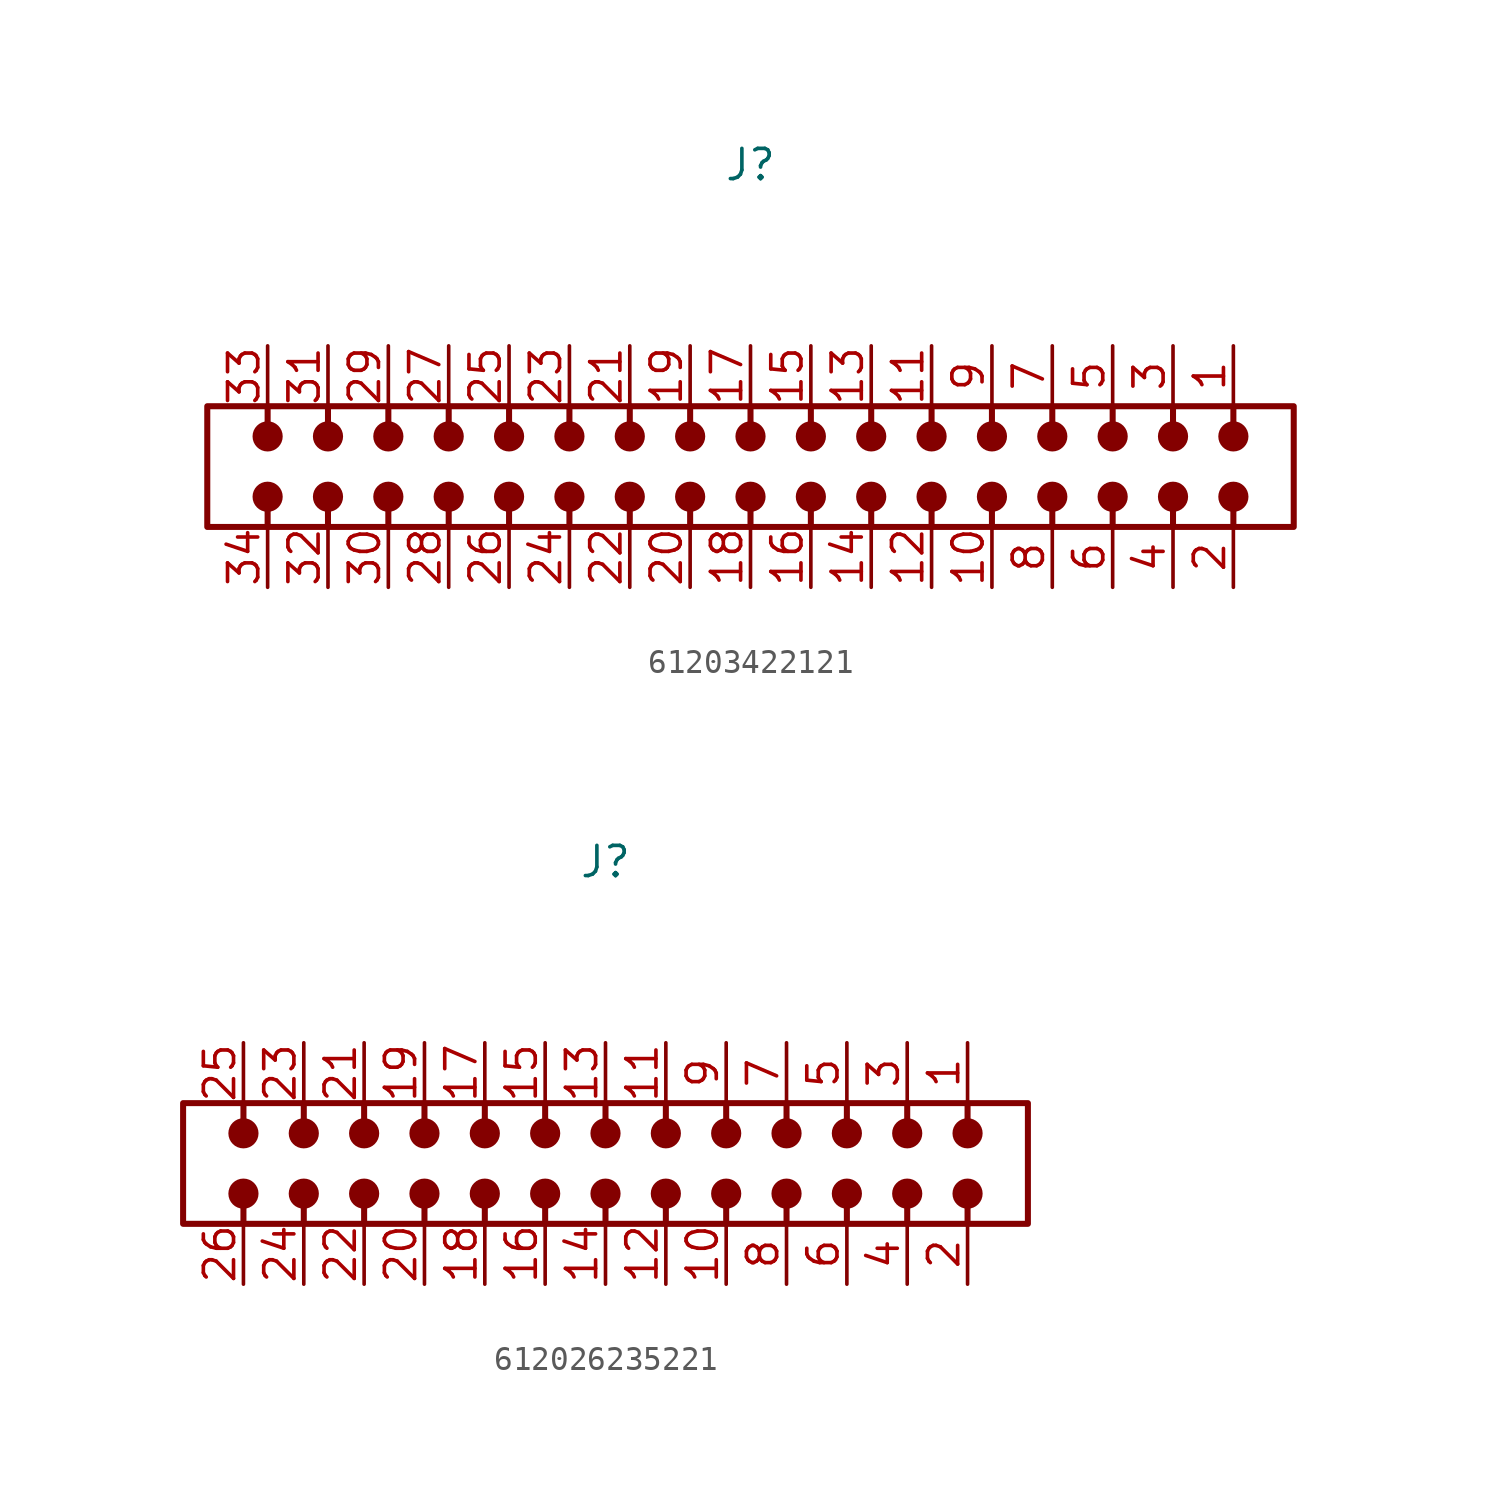
<source format=kicad_sym>
(kicad_symbol_lib
  (version 20241209)
  (generator "kicad_symbol_editor")
  (generator_version "9.0")
  (symbol "61203422121"
    (pin_names
      (hide yes))
    (property "Reference" "J"
      (at 0 12.7 0)
      (effects (font (size 1.27 1.27))))
    (symbol "61203422121_1_1"
      (rectangle (start -22.86 2.54) (end 22.86 -2.54) (stroke (width 0.254) (type solid)) (fill (type none)))
      (polyline (pts (xy -20.32 1.778) (xy -20.32 2.54)) (stroke (width 0.254) (type solid)) (fill (type none)))
      (circle (center -20.32 1.27) (radius 0.508) (stroke (width 0.254) (type solid)) (fill (type outline)))
      (circle (center -20.32 -1.27) (radius 0.508) (stroke (width 0.254) (type solid)) (fill (type outline)))
      (polyline (pts (xy -20.32 -1.778) (xy -20.32 -2.54)) (stroke (width 0.254) (type solid)) (fill (type none)))
      (polyline (pts (xy -17.78 1.778) (xy -17.78 2.54)) (stroke (width 0.254) (type solid)) (fill (type none)))
      (circle (center -17.78 1.27) (radius 0.508) (stroke (width 0.254) (type solid)) (fill (type outline)))
      (circle (center -17.78 -1.27) (radius 0.508) (stroke (width 0.254) (type solid)) (fill (type outline)))
      (polyline (pts (xy -17.78 -1.778) (xy -17.78 -2.54)) (stroke (width 0.254) (type solid)) (fill (type none)))
      (polyline (pts (xy -15.24 1.778) (xy -15.24 2.54)) (stroke (width 0.254) (type solid)) (fill (type none)))
      (circle (center -15.24 1.27) (radius 0.508) (stroke (width 0.254) (type solid)) (fill (type outline)))
      (circle (center -15.24 -1.27) (radius 0.508) (stroke (width 0.254) (type solid)) (fill (type outline)))
      (polyline (pts (xy -15.24 -1.778) (xy -15.24 -2.54)) (stroke (width 0.254) (type solid)) (fill (type none)))
      (polyline (pts (xy -12.7 1.778) (xy -12.7 2.54)) (stroke (width 0.254) (type solid)) (fill (type none)))
      (circle (center -12.7 1.27) (radius 0.508) (stroke (width 0.254) (type solid)) (fill (type outline)))
      (circle (center -12.7 -1.27) (radius 0.508) (stroke (width 0.254) (type solid)) (fill (type outline)))
      (polyline (pts (xy -12.7 -1.778) (xy -12.7 -2.54)) (stroke (width 0.254) (type solid)) (fill (type none)))
      (polyline (pts (xy -10.16 1.778) (xy -10.16 2.54)) (stroke (width 0.254) (type solid)) (fill (type none)))
      (circle (center -10.16 1.27) (radius 0.508) (stroke (width 0.254) (type solid)) (fill (type outline)))
      (circle (center -10.16 -1.27) (radius 0.508) (stroke (width 0.254) (type solid)) (fill (type outline)))
      (polyline (pts (xy -10.16 -1.778) (xy -10.16 -2.54)) (stroke (width 0.254) (type solid)) (fill (type none)))
      (polyline (pts (xy -7.62 1.778) (xy -7.62 2.54)) (stroke (width 0.254) (type solid)) (fill (type none)))
      (circle (center -7.62 1.27) (radius 0.508) (stroke (width 0.254) (type solid)) (fill (type outline)))
      (circle (center -7.62 -1.27) (radius 0.508) (stroke (width 0.254) (type solid)) (fill (type outline)))
      (polyline (pts (xy -7.62 -1.778) (xy -7.62 -2.54)) (stroke (width 0.254) (type solid)) (fill (type none)))
      (polyline (pts (xy -5.08 1.778) (xy -5.08 2.54)) (stroke (width 0.254) (type solid)) (fill (type none)))
      (circle (center -5.08 1.27) (radius 0.508) (stroke (width 0.254) (type solid)) (fill (type outline)))
      (circle (center -5.08 -1.27) (radius 0.508) (stroke (width 0.254) (type solid)) (fill (type outline)))
      (polyline (pts (xy -5.08 -1.778) (xy -5.08 -2.54)) (stroke (width 0.254) (type solid)) (fill (type none)))
      (polyline (pts (xy -2.54 1.778) (xy -2.54 2.54)) (stroke (width 0.254) (type solid)) (fill (type none)))
      (circle (center -2.54 1.27) (radius 0.508) (stroke (width 0.254) (type solid)) (fill (type outline)))
      (circle (center -2.54 -1.27) (radius 0.508) (stroke (width 0.254) (type solid)) (fill (type outline)))
      (polyline (pts (xy -2.54 -1.778) (xy -2.54 -2.54)) (stroke (width 0.254) (type solid)) (fill (type none)))
      (polyline (pts (xy 0 1.778) (xy 0 2.54)) (stroke (width 0.254) (type solid)) (fill (type none)))
      (circle (center 0 1.27) (radius 0.508) (stroke (width 0.254) (type solid)) (fill (type outline)))
      (circle (center 0 -1.27) (radius 0.508) (stroke (width 0.254) (type solid)) (fill (type outline)))
      (polyline (pts (xy 0 -1.778) (xy 0 -2.54)) (stroke (width 0.254) (type solid)) (fill (type none)))
      (polyline (pts (xy 2.54 1.778) (xy 2.54 2.54)) (stroke (width 0.254) (type solid)) (fill (type none)))
      (circle (center 2.54 1.27) (radius 0.508) (stroke (width 0.254) (type solid)) (fill (type outline)))
      (circle (center 2.54 -1.27) (radius 0.508) (stroke (width 0.254) (type solid)) (fill (type outline)))
      (polyline (pts (xy 2.54 -1.778) (xy 2.54 -2.54)) (stroke (width 0.254) (type solid)) (fill (type none)))
      (polyline (pts (xy 5.08 1.778) (xy 5.08 2.54)) (stroke (width 0.254) (type solid)) (fill (type none)))
      (circle (center 5.08 1.27) (radius 0.508) (stroke (width 0.254) (type solid)) (fill (type outline)))
      (circle (center 5.08 -1.27) (radius 0.508) (stroke (width 0.254) (type solid)) (fill (type outline)))
      (polyline (pts (xy 5.08 -1.778) (xy 5.08 -2.54)) (stroke (width 0.254) (type solid)) (fill (type none)))
      (polyline (pts (xy 7.62 1.778) (xy 7.62 2.54)) (stroke (width 0.254) (type solid)) (fill (type none)))
      (circle (center 7.62 1.27) (radius 0.508) (stroke (width 0.254) (type solid)) (fill (type outline)))
      (circle (center 7.62 -1.27) (radius 0.508) (stroke (width 0.254) (type solid)) (fill (type outline)))
      (polyline (pts (xy 7.62 -1.778) (xy 7.62 -2.54)) (stroke (width 0.254) (type solid)) (fill (type none)))
      (polyline (pts (xy 10.16 1.778) (xy 10.16 2.54)) (stroke (width 0.254) (type solid)) (fill (type none)))
      (circle (center 10.16 1.27) (radius 0.508) (stroke (width 0.254) (type solid)) (fill (type outline)))
      (circle (center 10.16 -1.27) (radius 0.508) (stroke (width 0.254) (type solid)) (fill (type outline)))
      (polyline (pts (xy 10.16 -1.778) (xy 10.16 -2.54)) (stroke (width 0.254) (type solid)) (fill (type none)))
      (polyline (pts (xy 12.7 1.778) (xy 12.7 2.54)) (stroke (width 0.254) (type solid)) (fill (type none)))
      (circle (center 12.7 1.27) (radius 0.508) (stroke (width 0.254) (type solid)) (fill (type outline)))
      (circle (center 12.7 -1.27) (radius 0.508) (stroke (width 0.254) (type solid)) (fill (type outline)))
      (polyline (pts (xy 12.7 -1.778) (xy 12.7 -2.54)) (stroke (width 0.254) (type solid)) (fill (type none)))
      (polyline (pts (xy 15.24 1.778) (xy 15.24 2.54)) (stroke (width 0.254) (type solid)) (fill (type none)))
      (circle (center 15.24 1.27) (radius 0.508) (stroke (width 0.254) (type solid)) (fill (type outline)))
      (circle (center 15.24 -1.27) (radius 0.508) (stroke (width 0.254) (type solid)) (fill (type outline)))
      (polyline (pts (xy 15.24 -1.778) (xy 15.24 -2.54)) (stroke (width 0.254) (type solid)) (fill (type none)))
      (polyline (pts (xy 17.78 1.778) (xy 17.78 2.54)) (stroke (width 0.254) (type solid)) (fill (type none)))
      (circle (center 17.78 1.27) (radius 0.508) (stroke (width 0.254) (type solid)) (fill (type outline)))
      (circle (center 17.78 -1.27) (radius 0.508) (stroke (width 0.254) (type solid)) (fill (type outline)))
      (polyline (pts (xy 17.78 -1.778) (xy 17.78 -2.54)) (stroke (width 0.254) (type solid)) (fill (type none)))
      (polyline (pts (xy 20.32 1.778) (xy 20.32 2.54)) (stroke (width 0.254) (type solid)) (fill (type none)))
      (circle (center 20.32 1.27) (radius 0.508) (stroke (width 0.254) (type solid)) (fill (type outline)))
      (circle (center 20.32 -1.27) (radius 0.508) (stroke (width 0.254) (type solid)) (fill (type outline)))
      (polyline (pts (xy 20.32 -1.778) (xy 20.32 -2.54)) (stroke (width 0.254) (type solid)) (fill (type none)))
      (pin passive line (at -20.32 5.08 270) (length 2.54) (name "33" (effects (font (size 1.27 1.27)))) (number "33" (effects (font (size 1.27 1.27)))))
      (pin passive line (at -20.32 -5.08 90) (length 2.54) (name "34" (effects (font (size 1.27 1.27)))) (number "34" (effects (font (size 1.27 1.27)))))
      (pin passive line (at -17.78 5.08 270) (length 2.54) (name "31" (effects (font (size 1.27 1.27)))) (number "31" (effects (font (size 1.27 1.27)))))
      (pin passive line (at -17.78 -5.08 90) (length 2.54) (name "32" (effects (font (size 1.27 1.27)))) (number "32" (effects (font (size 1.27 1.27)))))
      (pin passive line (at -15.24 5.08 270) (length 2.54) (name "29" (effects (font (size 1.27 1.27)))) (number "29" (effects (font (size 1.27 1.27)))))
      (pin passive line (at -15.24 -5.08 90) (length 2.54) (name "30" (effects (font (size 1.27 1.27)))) (number "30" (effects (font (size 1.27 1.27)))))
      (pin passive line (at -12.7 5.08 270) (length 2.54) (name "27" (effects (font (size 1.27 1.27)))) (number "27" (effects (font (size 1.27 1.27)))))
      (pin passive line (at -12.7 -5.08 90) (length 2.54) (name "28" (effects (font (size 1.27 1.27)))) (number "28" (effects (font (size 1.27 1.27)))))
      (pin passive line (at -10.16 5.08 270) (length 2.54) (name "25" (effects (font (size 1.27 1.27)))) (number "25" (effects (font (size 1.27 1.27)))))
      (pin passive line (at -10.16 -5.08 90) (length 2.54) (name "26" (effects (font (size 1.27 1.27)))) (number "26" (effects (font (size 1.27 1.27)))))
      (pin passive line (at -7.62 5.08 270) (length 2.54) (name "23" (effects (font (size 1.27 1.27)))) (number "23" (effects (font (size 1.27 1.27)))))
      (pin passive line (at -7.62 -5.08 90) (length 2.54) (name "24" (effects (font (size 1.27 1.27)))) (number "24" (effects (font (size 1.27 1.27)))))
      (pin passive line (at -5.08 5.08 270) (length 2.54) (name "21" (effects (font (size 1.27 1.27)))) (number "21" (effects (font (size 1.27 1.27)))))
      (pin passive line (at -5.08 -5.08 90) (length 2.54) (name "22" (effects (font (size 1.27 1.27)))) (number "22" (effects (font (size 1.27 1.27)))))
      (pin passive line (at -2.54 5.08 270) (length 2.54) (name "19" (effects (font (size 1.27 1.27)))) (number "19" (effects (font (size 1.27 1.27)))))
      (pin passive line (at -2.54 -5.08 90) (length 2.54) (name "20" (effects (font (size 1.27 1.27)))) (number "20" (effects (font (size 1.27 1.27)))))
      (pin passive line (at 0 5.08 270) (length 2.54) (name "17" (effects (font (size 1.27 1.27)))) (number "17" (effects (font (size 1.27 1.27)))))
      (pin passive line (at 0 -5.08 90) (length 2.54) (name "18" (effects (font (size 1.27 1.27)))) (number "18" (effects (font (size 1.27 1.27)))))
      (pin passive line (at 2.54 5.08 270) (length 2.54) (name "15" (effects (font (size 1.27 1.27)))) (number "15" (effects (font (size 1.27 1.27)))))
      (pin passive line (at 2.54 -5.08 90) (length 2.54) (name "16" (effects (font (size 1.27 1.27)))) (number "16" (effects (font (size 1.27 1.27)))))
      (pin passive line (at 5.08 5.08 270) (length 2.54) (name "13" (effects (font (size 1.27 1.27)))) (number "13" (effects (font (size 1.27 1.27)))))
      (pin passive line (at 5.08 -5.08 90) (length 2.54) (name "14" (effects (font (size 1.27 1.27)))) (number "14" (effects (font (size 1.27 1.27)))))
      (pin passive line (at 7.62 5.08 270) (length 2.54) (name "11" (effects (font (size 1.27 1.27)))) (number "11" (effects (font (size 1.27 1.27)))))
      (pin passive line (at 7.62 -5.08 90) (length 2.54) (name "12" (effects (font (size 1.27 1.27)))) (number "12" (effects (font (size 1.27 1.27)))))
      (pin passive line (at 10.16 5.08 270) (length 2.54) (name "9" (effects (font (size 1.27 1.27)))) (number "9" (effects (font (size 1.27 1.27)))))
      (pin passive line (at 10.16 -5.08 90) (length 2.54) (name "10" (effects (font (size 1.27 1.27)))) (number "10" (effects (font (size 1.27 1.27)))))
      (pin passive line (at 12.7 5.08 270) (length 2.54) (name "7" (effects (font (size 1.27 1.27)))) (number "7" (effects (font (size 1.27 1.27)))))
      (pin passive line (at 12.7 -5.08 90) (length 2.54) (name "8" (effects (font (size 1.27 1.27)))) (number "8" (effects (font (size 1.27 1.27)))))
      (pin passive line (at 15.24 5.08 270) (length 2.54) (name "5" (effects (font (size 1.27 1.27)))) (number "5" (effects (font (size 1.27 1.27)))))
      (pin passive line (at 15.24 -5.08 90) (length 2.54) (name "6" (effects (font (size 1.27 1.27)))) (number "6" (effects (font (size 1.27 1.27)))))
      (pin passive line (at 17.78 5.08 270) (length 2.54) (name "3" (effects (font (size 1.27 1.27)))) (number "3" (effects (font (size 1.27 1.27)))))
      (pin passive line (at 17.78 -5.08 90) (length 2.54) (name "4" (effects (font (size 1.27 1.27)))) (number "4" (effects (font (size 1.27 1.27)))))
      (pin passive line (at 20.32 5.08 270) (length 2.54) (name "1" (effects (font (size 1.27 1.27)))) (number "1" (effects (font (size 1.27 1.27)))))
      (pin passive line (at 20.32 -5.08 90) (length 2.54) (name "2" (effects (font (size 1.27 1.27)))) (number "2" (effects (font (size 1.27 1.27)))))))
  (symbol "612026235221"
    (pin_names
      (hide yes))
    (property "Reference" "J"
      (at 0 12.7 0)
      (effects (font (size 1.27 1.27))))
    (symbol "612026235221_1_1"
      (rectangle (start -17.78 2.54) (end 17.78 -2.54) (stroke (width 0.254) (type solid)) (fill (type none)))
      (polyline (pts (xy -15.24 1.778) (xy -15.24 2.54)) (stroke (width 0.254) (type solid)) (fill (type none)))
      (circle (center -15.24 1.27) (radius 0.508) (stroke (width 0.254) (type solid)) (fill (type outline)))
      (circle (center -15.24 -1.27) (radius 0.508) (stroke (width 0.254) (type solid)) (fill (type outline)))
      (polyline (pts (xy -15.24 -1.778) (xy -15.24 -2.54)) (stroke (width 0.254) (type solid)) (fill (type none)))
      (polyline (pts (xy -12.7 1.778) (xy -12.7 2.54)) (stroke (width 0.254) (type solid)) (fill (type none)))
      (circle (center -12.7 1.27) (radius 0.508) (stroke (width 0.254) (type solid)) (fill (type outline)))
      (circle (center -12.7 -1.27) (radius 0.508) (stroke (width 0.254) (type solid)) (fill (type outline)))
      (polyline (pts (xy -12.7 -1.778) (xy -12.7 -2.54)) (stroke (width 0.254) (type solid)) (fill (type none)))
      (polyline (pts (xy -10.16 1.778) (xy -10.16 2.54)) (stroke (width 0.254) (type solid)) (fill (type none)))
      (circle (center -10.16 1.27) (radius 0.508) (stroke (width 0.254) (type solid)) (fill (type outline)))
      (circle (center -10.16 -1.27) (radius 0.508) (stroke (width 0.254) (type solid)) (fill (type outline)))
      (polyline (pts (xy -10.16 -1.778) (xy -10.16 -2.54)) (stroke (width 0.254) (type solid)) (fill (type none)))
      (polyline (pts (xy -7.62 1.778) (xy -7.62 2.54)) (stroke (width 0.254) (type solid)) (fill (type none)))
      (circle (center -7.62 1.27) (radius 0.508) (stroke (width 0.254) (type solid)) (fill (type outline)))
      (circle (center -7.62 -1.27) (radius 0.508) (stroke (width 0.254) (type solid)) (fill (type outline)))
      (polyline (pts (xy -7.62 -1.778) (xy -7.62 -2.54)) (stroke (width 0.254) (type solid)) (fill (type none)))
      (polyline (pts (xy -5.08 1.778) (xy -5.08 2.54)) (stroke (width 0.254) (type solid)) (fill (type none)))
      (circle (center -5.08 1.27) (radius 0.508) (stroke (width 0.254) (type solid)) (fill (type outline)))
      (circle (center -5.08 -1.27) (radius 0.508) (stroke (width 0.254) (type solid)) (fill (type outline)))
      (polyline (pts (xy -5.08 -1.778) (xy -5.08 -2.54)) (stroke (width 0.254) (type solid)) (fill (type none)))
      (polyline (pts (xy -2.54 1.778) (xy -2.54 2.54)) (stroke (width 0.254) (type solid)) (fill (type none)))
      (circle (center -2.54 1.27) (radius 0.508) (stroke (width 0.254) (type solid)) (fill (type outline)))
      (circle (center -2.54 -1.27) (radius 0.508) (stroke (width 0.254) (type solid)) (fill (type outline)))
      (polyline (pts (xy -2.54 -1.778) (xy -2.54 -2.54)) (stroke (width 0.254) (type solid)) (fill (type none)))
      (polyline (pts (xy 0 1.778) (xy 0 2.54)) (stroke (width 0.254) (type solid)) (fill (type none)))
      (circle (center 0 1.27) (radius 0.508) (stroke (width 0.254) (type solid)) (fill (type outline)))
      (circle (center 0 -1.27) (radius 0.508) (stroke (width 0.254) (type solid)) (fill (type outline)))
      (polyline (pts (xy 0 -1.778) (xy 0 -2.54)) (stroke (width 0.254) (type solid)) (fill (type none)))
      (polyline (pts (xy 2.54 1.778) (xy 2.54 2.54)) (stroke (width 0.254) (type solid)) (fill (type none)))
      (circle (center 2.54 1.27) (radius 0.508) (stroke (width 0.254) (type solid)) (fill (type outline)))
      (circle (center 2.54 -1.27) (radius 0.508) (stroke (width 0.254) (type solid)) (fill (type outline)))
      (polyline (pts (xy 2.54 -1.778) (xy 2.54 -2.54)) (stroke (width 0.254) (type solid)) (fill (type none)))
      (polyline (pts (xy 5.08 1.778) (xy 5.08 2.54)) (stroke (width 0.254) (type solid)) (fill (type none)))
      (circle (center 5.08 1.27) (radius 0.508) (stroke (width 0.254) (type solid)) (fill (type outline)))
      (circle (center 5.08 -1.27) (radius 0.508) (stroke (width 0.254) (type solid)) (fill (type outline)))
      (polyline (pts (xy 5.08 -1.778) (xy 5.08 -2.54)) (stroke (width 0.254) (type solid)) (fill (type none)))
      (polyline (pts (xy 7.62 1.778) (xy 7.62 2.54)) (stroke (width 0.254) (type solid)) (fill (type none)))
      (circle (center 7.62 1.27) (radius 0.508) (stroke (width 0.254) (type solid)) (fill (type outline)))
      (circle (center 7.62 -1.27) (radius 0.508) (stroke (width 0.254) (type solid)) (fill (type outline)))
      (polyline (pts (xy 7.62 -1.778) (xy 7.62 -2.54)) (stroke (width 0.254) (type solid)) (fill (type none)))
      (polyline (pts (xy 10.16 1.778) (xy 10.16 2.54)) (stroke (width 0.254) (type solid)) (fill (type none)))
      (circle (center 10.16 1.27) (radius 0.508) (stroke (width 0.254) (type solid)) (fill (type outline)))
      (circle (center 10.16 -1.27) (radius 0.508) (stroke (width 0.254) (type solid)) (fill (type outline)))
      (polyline (pts (xy 10.16 -1.778) (xy 10.16 -2.54)) (stroke (width 0.254) (type solid)) (fill (type none)))
      (polyline (pts (xy 12.7 1.778) (xy 12.7 2.54)) (stroke (width 0.254) (type solid)) (fill (type none)))
      (circle (center 12.7 1.27) (radius 0.508) (stroke (width 0.254) (type solid)) (fill (type outline)))
      (circle (center 12.7 -1.27) (radius 0.508) (stroke (width 0.254) (type solid)) (fill (type outline)))
      (polyline (pts (xy 12.7 -1.778) (xy 12.7 -2.54)) (stroke (width 0.254) (type solid)) (fill (type none)))
      (polyline (pts (xy 15.24 1.778) (xy 15.24 2.54)) (stroke (width 0.254) (type solid)) (fill (type none)))
      (circle (center 15.24 1.27) (radius 0.508) (stroke (width 0.254) (type solid)) (fill (type outline)))
      (circle (center 15.24 -1.27) (radius 0.508) (stroke (width 0.254) (type solid)) (fill (type outline)))
      (polyline (pts (xy 15.24 -1.778) (xy 15.24 -2.54)) (stroke (width 0.254) (type solid)) (fill (type none)))
      (pin passive line (at -15.24 5.08 270) (length 2.54) (name "25" (effects (font (size 1.27 1.27)))) (number "25" (effects (font (size 1.27 1.27)))))
      (pin passive line (at -15.24 -5.08 90) (length 2.54) (name "26" (effects (font (size 1.27 1.27)))) (number "26" (effects (font (size 1.27 1.27)))))
      (pin passive line (at -12.7 5.08 270) (length 2.54) (name "23" (effects (font (size 1.27 1.27)))) (number "23" (effects (font (size 1.27 1.27)))))
      (pin passive line (at -12.7 -5.08 90) (length 2.54) (name "24" (effects (font (size 1.27 1.27)))) (number "24" (effects (font (size 1.27 1.27)))))
      (pin passive line (at -10.16 5.08 270) (length 2.54) (name "21" (effects (font (size 1.27 1.27)))) (number "21" (effects (font (size 1.27 1.27)))))
      (pin passive line (at -10.16 -5.08 90) (length 2.54) (name "22" (effects (font (size 1.27 1.27)))) (number "22" (effects (font (size 1.27 1.27)))))
      (pin passive line (at -7.62 5.08 270) (length 2.54) (name "19" (effects (font (size 1.27 1.27)))) (number "19" (effects (font (size 1.27 1.27)))))
      (pin passive line (at -7.62 -5.08 90) (length 2.54) (name "20" (effects (font (size 1.27 1.27)))) (number "20" (effects (font (size 1.27 1.27)))))
      (pin passive line (at -5.08 5.08 270) (length 2.54) (name "17" (effects (font (size 1.27 1.27)))) (number "17" (effects (font (size 1.27 1.27)))))
      (pin passive line (at -5.08 -5.08 90) (length 2.54) (name "18" (effects (font (size 1.27 1.27)))) (number "18" (effects (font (size 1.27 1.27)))))
      (pin passive line (at -2.54 5.08 270) (length 2.54) (name "15" (effects (font (size 1.27 1.27)))) (number "15" (effects (font (size 1.27 1.27)))))
      (pin passive line (at -2.54 -5.08 90) (length 2.54) (name "16" (effects (font (size 1.27 1.27)))) (number "16" (effects (font (size 1.27 1.27)))))
      (pin passive line (at 0 5.08 270) (length 2.54) (name "13" (effects (font (size 1.27 1.27)))) (number "13" (effects (font (size 1.27 1.27)))))
      (pin passive line (at 0 -5.08 90) (length 2.54) (name "14" (effects (font (size 1.27 1.27)))) (number "14" (effects (font (size 1.27 1.27)))))
      (pin passive line (at 2.54 5.08 270) (length 2.54) (name "11" (effects (font (size 1.27 1.27)))) (number "11" (effects (font (size 1.27 1.27)))))
      (pin passive line (at 2.54 -5.08 90) (length 2.54) (name "12" (effects (font (size 1.27 1.27)))) (number "12" (effects (font (size 1.27 1.27)))))
      (pin passive line (at 5.08 5.08 270) (length 2.54) (name "9" (effects (font (size 1.27 1.27)))) (number "9" (effects (font (size 1.27 1.27)))))
      (pin passive line (at 5.08 -5.08 90) (length 2.54) (name "10" (effects (font (size 1.27 1.27)))) (number "10" (effects (font (size 1.27 1.27)))))
      (pin passive line (at 7.62 5.08 270) (length 2.54) (name "7" (effects (font (size 1.27 1.27)))) (number "7" (effects (font (size 1.27 1.27)))))
      (pin passive line (at 7.62 -5.08 90) (length 2.54) (name "8" (effects (font (size 1.27 1.27)))) (number "8" (effects (font (size 1.27 1.27)))))
      (pin passive line (at 10.16 5.08 270) (length 2.54) (name "5" (effects (font (size 1.27 1.27)))) (number "5" (effects (font (size 1.27 1.27)))))
      (pin passive line (at 10.16 -5.08 90) (length 2.54) (name "6" (effects (font (size 1.27 1.27)))) (number "6" (effects (font (size 1.27 1.27)))))
      (pin passive line (at 12.7 5.08 270) (length 2.54) (name "3" (effects (font (size 1.27 1.27)))) (number "3" (effects (font (size 1.27 1.27)))))
      (pin passive line (at 12.7 -5.08 90) (length 2.54) (name "4" (effects (font (size 1.27 1.27)))) (number "4" (effects (font (size 1.27 1.27)))))
      (pin passive line (at 15.24 5.08 270) (length 2.54) (name "1" (effects (font (size 1.27 1.27)))) (number "1" (effects (font (size 1.27 1.27)))))
      (pin passive line (at 15.24 -5.08 90) (length 2.54) (name "2" (effects (font (size 1.27 1.27)))) (number "2" (effects (font (size 1.27 1.27))))))))
</source>
